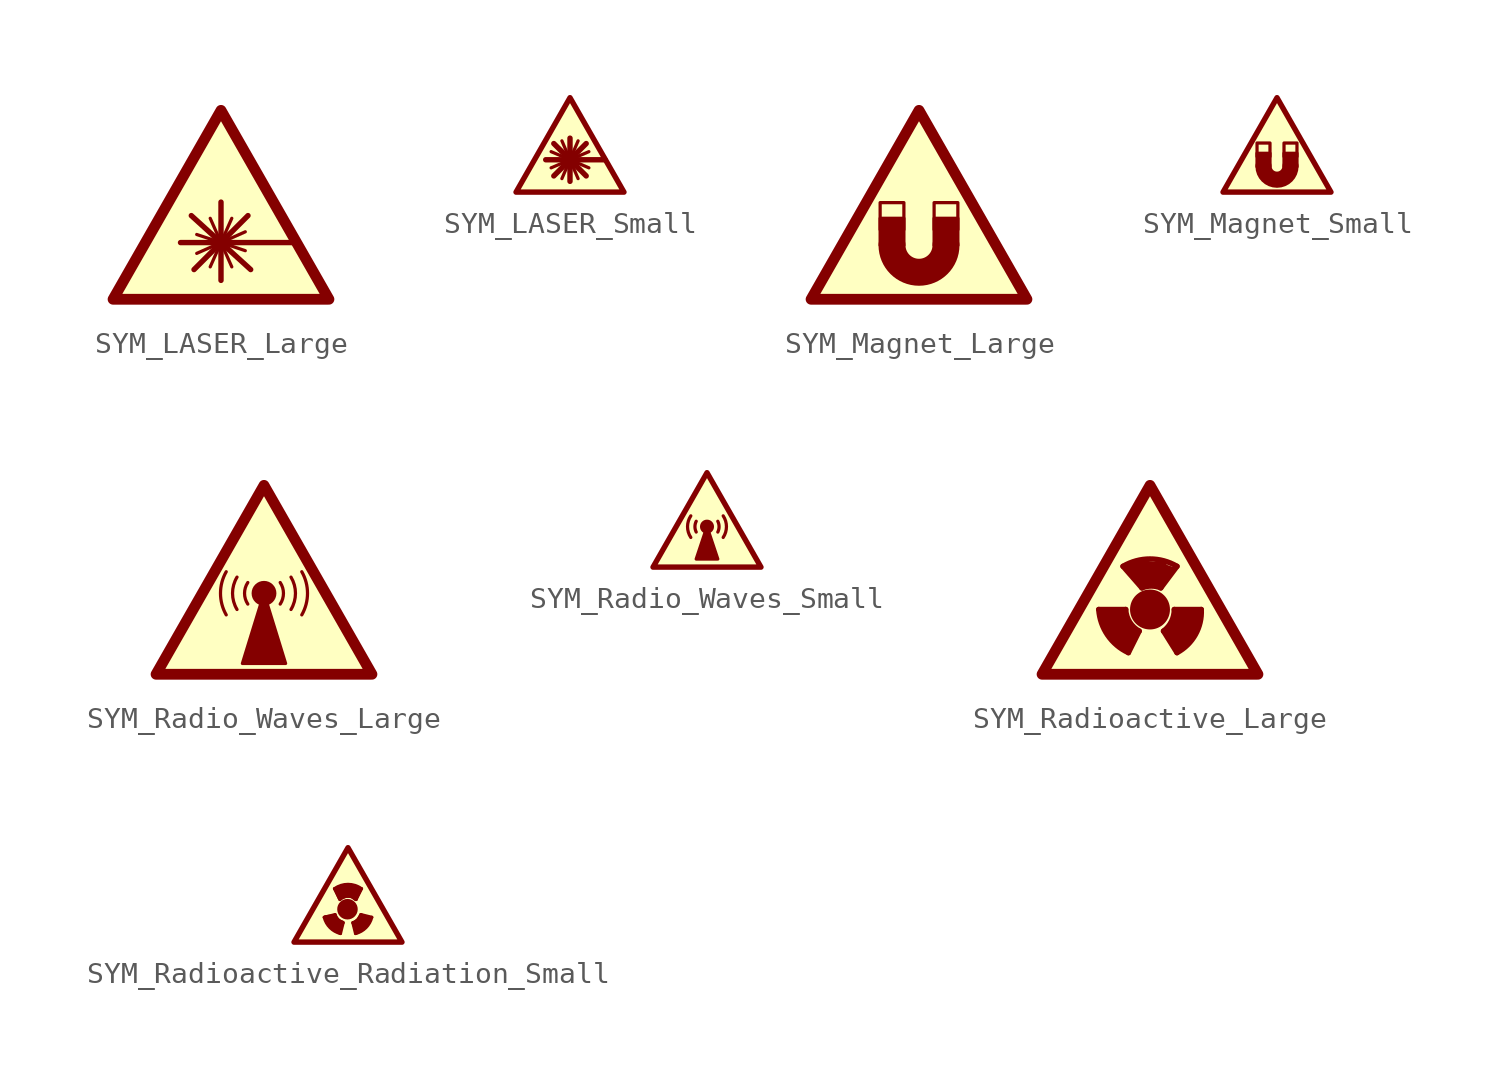
<source format=kicad_sym>
(kicad_symbol_lib
  (version 20241209)
  (generator "kicad_symbol_editor")
  (generator_version "9.0")
  (symbol "SYM_LASER_Large"
    (property "Reference" "#SYM"
      (at 0 5.08 0)
      (effects (font (size 1.27 1.27)) hide))
    (symbol "SYM_LASER_Large_0_1"
      (polyline (pts (xy -5.08 -5.08) (xy 5.08 -5.08) (xy 0 3.81) (xy -5.08 -5.08)) (stroke (width 0.508) (type default)) (fill (type background)))
      (polyline (pts (xy -1.905 -2.413) (xy 3.556 -2.413)) (stroke (width 0.254) (type default)) (fill (type none)))
      (polyline (pts (xy -1.27 -3.683) (xy 1.27 -1.143)) (stroke (width 0.254) (type default)) (fill (type none)))
      (polyline (pts (xy -1.143 -2.032) (xy 1.143 -2.794)) (stroke (width 0) (type default)) (fill (type none)))
      (polyline (pts (xy -1.143 -2.921) (xy 1.143 -1.905)) (stroke (width 0) (type default)) (fill (type none)))
      (polyline (pts (xy -0.508 -1.27) (xy 0.508 -3.556)) (stroke (width 0) (type default)) (fill (type none)))
      (polyline (pts (xy 0 -4.191) (xy 0 -0.508)) (stroke (width 0.254) (type default)) (fill (type none)))
      (polyline (pts (xy 0.508 -1.27) (xy -0.508 -3.556)) (stroke (width 0) (type default)) (fill (type none)))
      (polyline (pts (xy 1.397 -3.683) (xy -1.397 -1.143)) (stroke (width 0.254) (type default)) (fill (type none)))))
  (symbol "SYM_LASER_Small"
    (property "Reference" "#SYM"
      (at 0 3.556 0)
      (effects (font (size 1.27 1.27)) hide))
    (symbol "SYM_LASER_Small_0_1"
      (polyline (pts (xy -2.54 -1.905) (xy 2.54 -1.905) (xy 0 2.54) (xy -2.54 -1.905)) (stroke (width 0.254) (type default)) (fill (type background)))
      (polyline (pts (xy -1.143 -0.381) (xy 1.651 -0.381)) (stroke (width 0.254) (type default)) (fill (type none)))
      (polyline (pts (xy -0.889 0) (xy 0.889 -0.762)) (stroke (width 0) (type default)) (fill (type none)))
      (polyline (pts (xy -0.889 -0.762) (xy 0.889 0)) (stroke (width 0) (type default)) (fill (type none)))
      (polyline (pts (xy -0.762 -1.143) (xy 0.762 0.381)) (stroke (width 0.254) (type default)) (fill (type none)))
      (polyline (pts (xy -0.381 0.508) (xy 0.381 -1.27)) (stroke (width 0) (type default)) (fill (type none)))
      (polyline (pts (xy 0 -1.397) (xy 0 0.635)) (stroke (width 0.254) (type default)) (fill (type none)))
      (polyline (pts (xy 0.381 0.508) (xy -0.381 -1.27)) (stroke (width 0) (type default)) (fill (type none)))
      (polyline (pts (xy 0.762 -1.143) (xy -0.762 0.381)) (stroke (width 0.254) (type default)) (fill (type none)))))
  (symbol "SYM_Magnet_Large"
    (property "Reference" "#SYM"
      (at 0 5.08 0)
      (effects (font (size 1.27 1.27)) hide))
    (symbol "SYM_Magnet_Large_0_1"
      (polyline (pts (xy -5.08 -5.08) (xy 5.08 -5.08) (xy 0 3.81) (xy -5.08 -5.08)) (stroke (width 0.508) (type default)) (fill (type background)))
      (rectangle (start -1.829 -0.533) (end -0.711 -1.803) (stroke (width 0) (type default)) (fill (type background)))
      (rectangle (start -1.829 -1.27) (end -0.711 -2.54) (stroke (width 0) (type default)) (fill (type outline)))
      (arc (start 1.27 -2.54) (mid 0 -3.8045) (end -1.27 -2.54) (stroke (width 1.27) (type default)) (fill (type none)))
      (rectangle (start 0.711 -0.533) (end 1.829 -1.803) (stroke (width 0) (type default)) (fill (type background)))
      (rectangle (start 0.711 -1.27) (end 1.829 -2.54) (stroke (width 0) (type default)) (fill (type outline)))))
  (symbol "SYM_Magnet_Small"
    (property "Reference" "#SYM"
      (at 0 3.556 0)
      (effects (font (size 1.27 1.27)) hide))
    (symbol "SYM_Magnet_Small_0_1"
      (polyline (pts (xy -2.54 -1.905) (xy 2.54 -1.905) (xy 0 2.54) (xy -2.54 -1.905)) (stroke (width 0.254) (type default)) (fill (type background)))
      (rectangle (start -0.94 -0.229) (end -0.33 0.406) (stroke (width 0) (type default)) (fill (type background)))
      (rectangle (start -0.94 -0.711) (end -0.33 -0.076) (stroke (width 0) (type default)) (fill (type outline)))
      (arc (start 0.635 -0.6858) (mid 0 -1.3181) (end -0.635 -0.6858) (stroke (width 0.762) (type default)) (fill (type none)))
      (rectangle (start 0.33 -0.229) (end 0.94 0.406) (stroke (width 0) (type default)) (fill (type background)))
      (rectangle (start 0.33 -0.711) (end 0.94 -0.076) (stroke (width 0) (type default)) (fill (type outline)))))
  (symbol "SYM_Radio_Waves_Large"
    (property "Reference" "#SYM"
      (at 0 5.08 0)
      (effects (font (size 1.27 1.27)) hide))
    (symbol "SYM_Radio_Waves_Large_0_1"
      (polyline (pts (xy -5.08 -5.08) (xy 5.08 -5.08) (xy 0 3.81) (xy -5.08 -5.08)) (stroke (width 0.508) (type default)) (fill (type background)))
      (polyline (pts (xy -1.016 -4.572) (xy 1.016 -4.572) (xy 0 -1.27) (xy -1.016 -4.572)) (stroke (width 0) (type default)) (fill (type outline)))
      (arc (start -1.27 -2.032) (mid -1.4811 -1.27) (end -1.27 -0.508) (stroke (width 0) (type default)) (fill (type none)))
      (arc (start 0.762 -0.762) (mid 0.9158 -1.27) (end 0.762 -1.778) (stroke (width 0) (type default)) (fill (type none)))
      (arc (start 1.778 -0.254) (mid 2.0478 -1.27) (end 1.778 -2.286) (stroke (width 0) (type default)) (fill (type none)))
      (arc (start -1.778 -2.286) (mid -2.0478 -1.27) (end -1.778 -0.254) (stroke (width 0) (type default)) (fill (type none)))
      (arc (start -0.762 -1.778) (mid -0.9158 -1.27) (end -0.762 -0.762) (stroke (width 0) (type default)) (fill (type none)))
      (circle (center 0 -1.27) (radius 0.508) (stroke (width 0) (type default)) (fill (type outline)))
      (arc (start 1.27 -0.508) (mid 1.4811 -1.27) (end 1.27 -2.032) (stroke (width 0) (type default)) (fill (type none)))))
  (symbol "SYM_Radio_Waves_Small"
    (property "Reference" "#SYM"
      (at 0 3.556 0)
      (effects (font (size 1.27 1.27)) hide))
    (symbol "SYM_Radio_Waves_Small_0_1"
      (polyline (pts (xy -2.54 -1.905) (xy 2.54 -1.905) (xy 0 2.54) (xy -2.54 -1.905)) (stroke (width 0.254) (type default)) (fill (type background)))
      (polyline (pts (xy -0.508 -1.524) (xy 0.508 -1.524) (xy 0 0) (xy -0.508 -1.524)) (stroke (width 0) (type default)) (fill (type outline)))
      (arc (start -0.508 -0.254) (mid -0.568 0) (end -0.508 0.254) (stroke (width 0) (type default)) (fill (type none)))
      (arc (start 0.762 0.508) (mid 0.9158 0) (end 0.762 -0.508) (stroke (width 0) (type default)) (fill (type none)))
      (arc (start -0.762 -0.508) (mid -0.9158 0) (end -0.762 0.508) (stroke (width 0) (type default)) (fill (type none)))
      (circle (center 0 0) (radius 0.254) (stroke (width 0) (type default)) (fill (type outline)))
      (arc (start 0.508 0.254) (mid 0.568 0) (end 0.508 -0.254) (stroke (width 0) (type default)) (fill (type none)))))
  (symbol "SYM_Radioactive_Large"
    (property "Reference" "#SYM"
      (at 2.413 7.112 0)
      (effects (font (size 1.27 1.27)) hide))
    (symbol "SYM_Radioactive_Large_0_0"
      (polyline (pts (xy 0 0) (xy 1.27 0)) (stroke (width 0.254) (type default)) (fill (type none)))
      (polyline (pts (xy 0 0) (xy 1.27 0) (xy 1.27 -0.254) (xy 1.397 -0.508) (xy 1.651 -0.889) (xy 1.905 -1.016) (xy 1.397 -2.032) (xy 1.016 -1.778) (xy 0.635 -1.397) (xy 0.254 -0.889) (xy 0 0)) (stroke (width 0) (type default)) (fill (type outline)))
      (polyline (pts (xy 1.143 2.032) (xy 2.032 1.016)) (stroke (width 0.254) (type default)) (fill (type none)))
      (polyline (pts (xy 1.397 -2.032) (xy 1.905 -1.016)) (stroke (width 0.254) (type default)) (fill (type none)))
      (polyline (pts (xy 2.032 1.016) (xy 1.397 1.905) (xy 1.143 2.032) (xy 1.778 2.286) (xy 2.667 2.159) (xy 3.048 2.159) (xy 3.175 2.032) (xy 3.556 1.905) (xy 2.921 1.016) (xy 2.54 1.143) (xy 2.286 1.143) (xy 2.032 1.016)) (stroke (width 0) (type default)) (fill (type outline)))
      (arc (start 3.556 0) (mid 3.4219 -0.568) (end 3.048 -1.016) (stroke (width 0.254) (type default)) (fill (type none)))
      (arc (start 1.397 -2.032) (mid 0.4195 -1.2078) (end 0 0) (stroke (width 0.254) (type default)) (fill (type none)))
      (circle (center 2.413 0) (radius 0.813) (stroke (width 0.254) (type default)) (fill (type outline)))
      (arc (start 1.143 2.032) (mid 2.413 2.3778) (end 3.683 2.032) (stroke (width 0.254) (type default)) (fill (type none)))
      (arc (start 2.032 1.016) (mid 2.4765 1.104) (end 2.921 1.016) (stroke (width 0.254) (type default)) (fill (type none)))
      (arc (start 1.905 -1.016) (mid 1.4549 -0.5909) (end 1.27 0) (stroke (width 0.254) (type default)) (fill (type none)))
      (arc (start 4.826 0) (mid 4.55 -1.1822) (end 3.683 -2.032) (stroke (width 0.254) (type default)) (fill (type none)))
      (polyline (pts (xy 2.921 1.016) (xy 3.683 2.032)) (stroke (width 0.254) (type default)) (fill (type none)))
      (polyline (pts (xy 3.048 -1.016) (xy 3.683 -2.032)) (stroke (width 0.254) (type default)) (fill (type none)))
      (polyline (pts (xy 3.048 -1.016) (xy 3.683 -2.032) (xy 4.191 -1.651) (xy 4.572 -1.016) (xy 4.699 -0.381) (xy 4.826 0) (xy 3.556 0) (xy 3.556 -0.381) (xy 3.302 -0.762) (xy 3.048 -1.016)) (stroke (width 0) (type default)) (fill (type outline)))
      (polyline (pts (xy 3.556 0) (xy 4.826 0)) (stroke (width 0.254) (type default)) (fill (type none))))
    (symbol "SYM_Radioactive_Large_0_1"
      (polyline (pts (xy -2.667 -3.048) (xy 7.493 -3.048) (xy 2.413 5.842) (xy -2.667 -3.048)) (stroke (width 0.508) (type default)) (fill (type background)))))
  (symbol "SYM_Radioactive_Radiation_Small"
    (property "Reference" "#SYM"
      (at 0 3.556 0)
      (effects (font (size 1.27 1.27)) hide))
    (symbol "SYM_Radioactive_Radiation_Small_0_0"
      (polyline (pts (xy -1.118 -0.737) (xy -0.61 -0.61)) (stroke (width 0) (type default)) (fill (type none)))
      (polyline (pts (xy -0.635 0.61) (xy -0.381 0.102)) (stroke (width 0) (type default)) (fill (type none)))
      (polyline (pts (xy -0.61 -0.66) (xy -0.508 -0.864) (xy -0.254 -0.965) (xy -0.406 -1.473) (xy -0.762 -1.219) (xy -0.965 -1.016) (xy -1.067 -0.711) (xy -0.61 -0.66)) (stroke (width 0) (type default)) (fill (type outline)))
      (polyline (pts (xy -0.356 0.152) (xy -0.102 0.254) (xy 0.152 0.254) (xy 0.356 0.102) (xy 0.61 0.61) (xy 0.356 0.711) (xy 0.102 0.762) (xy -0.152 0.762) (xy -0.457 0.66) (xy -0.61 0.61) (xy -0.406 0.152)) (stroke (width 0) (type default)) (fill (type outline)))
      (polyline (pts (xy -0.356 -1.499) (xy -0.229 -0.991)) (stroke (width 0) (type default)) (fill (type none)))
      (arc (start -0.3556 -1.4986) (mid -0.8421 -1.2231) (end -1.1176 -0.7366) (stroke (width 0) (type default)) (fill (type none)))
      (arc (start -0.2286 -0.9906) (mid -0.4638 -0.8448) (end -0.6096 -0.6096) (stroke (width 0) (type default)) (fill (type none)))
      (circle (center -0.025 -0.356) (radius 0.356) (stroke (width 0.254) (type default)) (fill (type outline)))
      (arc (start -0.635 0.6096) (mid 0 0.8131) (end 0.635 0.6096) (stroke (width 0) (type default)) (fill (type none)))
      (arc (start -0.381 0.1016) (mid 0 0.2594) (end 0.381 0.1016) (stroke (width 0) (type default)) (fill (type none)))
      (arc (start 0.6096 -0.6096) (mid 0.4637 -0.8447) (end 0.2286 -0.9906) (stroke (width 0) (type default)) (fill (type none)))
      (arc (start 1.1176 -0.7366) (mid 0.8421 -1.2231) (end 0.3556 -1.4986) (stroke (width 0) (type default)) (fill (type none)))
      (polyline (pts (xy 0.356 -1.499) (xy 0.229 -0.991)) (stroke (width 0) (type default)) (fill (type none)))
      (polyline (pts (xy 0.61 -0.61) (xy 0.457 -0.864) (xy 0.254 -1.016) (xy 0.406 -1.473) (xy 0.711 -1.27) (xy 0.914 -1.067) (xy 1.067 -0.762) (xy 0.61 -0.66)) (stroke (width 0) (type default)) (fill (type outline)))
      (polyline (pts (xy 0.635 0.61) (xy 0.381 0.102)) (stroke (width 0) (type default)) (fill (type none)))
      (polyline (pts (xy 1.118 -0.737) (xy 0.61 -0.61)) (stroke (width 0) (type default)) (fill (type none))))
    (symbol "SYM_Radioactive_Radiation_Small_0_1"
      (polyline (pts (xy -2.54 -1.905) (xy 2.54 -1.905) (xy 0 2.54) (xy -2.54 -1.905)) (stroke (width 0.254) (type default)) (fill (type background))))))
</source>
